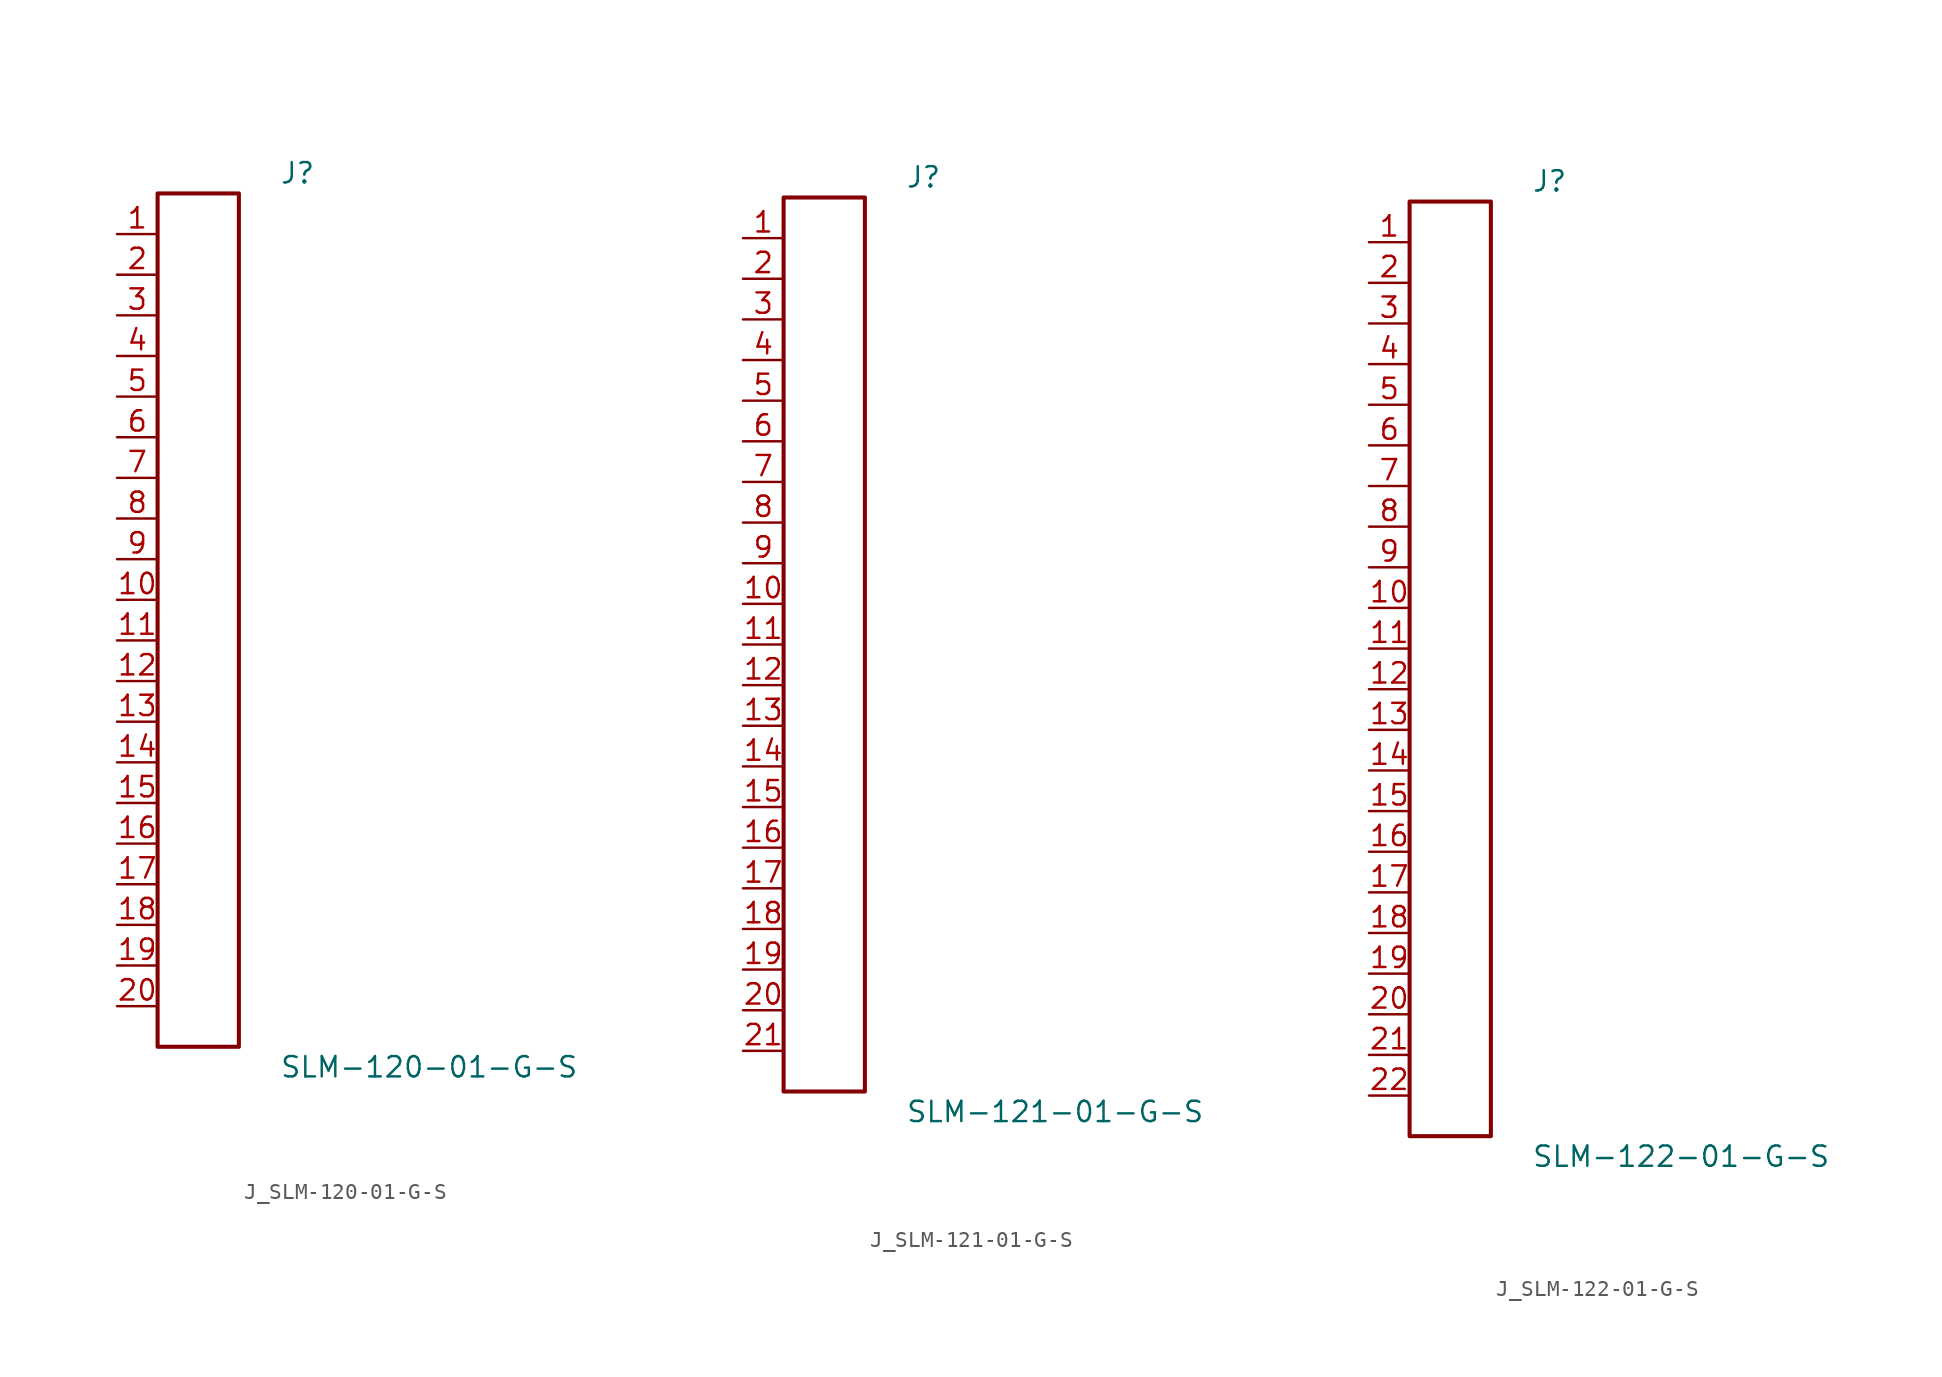
<source format=kicad_sym>
(kicad_symbol_lib
  (version 20231120)
  (generator kicad_symbol_editor)
  (generator_version 8.0)
  (symbol "J_SLM-120-01-G-S"
    (pin_names
      (offset 0.254))
    (property "Reference" "J"
      (at 5.08 27.94 0)
      (effects (font (size 1.27 1.27)) (justify left)))
    (property "Value" "SLM-120-01-G-S"
      (at 5.08 -27.94 0)
      (effects (font (size 1.27 1.27)) (justify left)))
    (symbol "J_SLM-120-01-G-S_0_0"
      (pin passive line (at -5.08 24.13 0) (length 2.54) (name "" (effects (font (size 1.27 1.27)))) (number "1" (effects (font (size 1.27 1.27)))))
      (pin passive line (at -5.08 21.59 0) (length 2.54) (name "" (effects (font (size 1.27 1.27)))) (number "2" (effects (font (size 1.27 1.27)))))
      (pin passive line (at -5.08 19.05 0) (length 2.54) (name "" (effects (font (size 1.27 1.27)))) (number "3" (effects (font (size 1.27 1.27)))))
      (pin passive line (at -5.08 16.51 0) (length 2.54) (name "" (effects (font (size 1.27 1.27)))) (number "4" (effects (font (size 1.27 1.27)))))
      (pin passive line (at -5.08 13.97 0) (length 2.54) (name "" (effects (font (size 1.27 1.27)))) (number "5" (effects (font (size 1.27 1.27)))))
      (pin passive line (at -5.08 11.43 0) (length 2.54) (name "" (effects (font (size 1.27 1.27)))) (number "6" (effects (font (size 1.27 1.27)))))
      (pin passive line (at -5.08 8.89 0) (length 2.54) (name "" (effects (font (size 1.27 1.27)))) (number "7" (effects (font (size 1.27 1.27)))))
      (pin passive line (at -5.08 6.35 0) (length 2.54) (name "" (effects (font (size 1.27 1.27)))) (number "8" (effects (font (size 1.27 1.27)))))
      (pin passive line (at -5.08 3.81 0) (length 2.54) (name "" (effects (font (size 1.27 1.27)))) (number "9" (effects (font (size 1.27 1.27)))))
      (pin passive line (at -5.08 1.27 0) (length 2.54) (name "" (effects (font (size 1.27 1.27)))) (number "10" (effects (font (size 1.27 1.27)))))
      (pin passive line (at -5.08 -1.27 0) (length 2.54) (name "" (effects (font (size 1.27 1.27)))) (number "11" (effects (font (size 1.27 1.27)))))
      (pin passive line (at -5.08 -3.81 0) (length 2.54) (name "" (effects (font (size 1.27 1.27)))) (number "12" (effects (font (size 1.27 1.27)))))
      (pin passive line (at -5.08 -6.35 0) (length 2.54) (name "" (effects (font (size 1.27 1.27)))) (number "13" (effects (font (size 1.27 1.27)))))
      (pin passive line (at -5.08 -8.89 0) (length 2.54) (name "" (effects (font (size 1.27 1.27)))) (number "14" (effects (font (size 1.27 1.27)))))
      (pin passive line (at -5.08 -11.43 0) (length 2.54) (name "" (effects (font (size 1.27 1.27)))) (number "15" (effects (font (size 1.27 1.27)))))
      (pin passive line (at -5.08 -13.97 0) (length 2.54) (name "" (effects (font (size 1.27 1.27)))) (number "16" (effects (font (size 1.27 1.27)))))
      (pin passive line (at -5.08 -16.51 0) (length 2.54) (name "" (effects (font (size 1.27 1.27)))) (number "17" (effects (font (size 1.27 1.27)))))
      (pin passive line (at -5.08 -19.05 0) (length 2.54) (name "" (effects (font (size 1.27 1.27)))) (number "18" (effects (font (size 1.27 1.27)))))
      (pin passive line (at -5.08 -21.59 0) (length 2.54) (name "" (effects (font (size 1.27 1.27)))) (number "19" (effects (font (size 1.27 1.27)))))
      (pin passive line (at -5.08 -24.13 0) (length 2.54) (name "" (effects (font (size 1.27 1.27)))) (number "20" (effects (font (size 1.27 1.27))))))
    (symbol "J_SLM-120-01-G-S_1_0"
      (rectangle (start -2.54 26.67) (end 2.54 -26.67) (stroke (width 0.254) (type solid)) (fill (type none)))))
  (symbol "J_SLM-121-01-G-S"
    (pin_names
      (offset 0.254))
    (property "Reference" "J"
      (at 5.08 29.21 0)
      (effects (font (size 1.27 1.27)) (justify left)))
    (property "Value" "SLM-121-01-G-S"
      (at 5.08 -29.21 0)
      (effects (font (size 1.27 1.27)) (justify left)))
    (symbol "J_SLM-121-01-G-S_0_0"
      (pin passive line (at -5.08 25.4 0) (length 2.54) (name "" (effects (font (size 1.27 1.27)))) (number "1" (effects (font (size 1.27 1.27)))))
      (pin passive line (at -5.08 22.86 0) (length 2.54) (name "" (effects (font (size 1.27 1.27)))) (number "2" (effects (font (size 1.27 1.27)))))
      (pin passive line (at -5.08 20.32 0) (length 2.54) (name "" (effects (font (size 1.27 1.27)))) (number "3" (effects (font (size 1.27 1.27)))))
      (pin passive line (at -5.08 17.78 0) (length 2.54) (name "" (effects (font (size 1.27 1.27)))) (number "4" (effects (font (size 1.27 1.27)))))
      (pin passive line (at -5.08 15.24 0) (length 2.54) (name "" (effects (font (size 1.27 1.27)))) (number "5" (effects (font (size 1.27 1.27)))))
      (pin passive line (at -5.08 12.7 0) (length 2.54) (name "" (effects (font (size 1.27 1.27)))) (number "6" (effects (font (size 1.27 1.27)))))
      (pin passive line (at -5.08 10.16 0) (length 2.54) (name "" (effects (font (size 1.27 1.27)))) (number "7" (effects (font (size 1.27 1.27)))))
      (pin passive line (at -5.08 7.62 0) (length 2.54) (name "" (effects (font (size 1.27 1.27)))) (number "8" (effects (font (size 1.27 1.27)))))
      (pin passive line (at -5.08 5.08 0) (length 2.54) (name "" (effects (font (size 1.27 1.27)))) (number "9" (effects (font (size 1.27 1.27)))))
      (pin passive line (at -5.08 2.54 0) (length 2.54) (name "" (effects (font (size 1.27 1.27)))) (number "10" (effects (font (size 1.27 1.27)))))
      (pin passive line (at -5.08 0.0 0) (length 2.54) (name "" (effects (font (size 1.27 1.27)))) (number "11" (effects (font (size 1.27 1.27)))))
      (pin passive line (at -5.08 -2.54 0) (length 2.54) (name "" (effects (font (size 1.27 1.27)))) (number "12" (effects (font (size 1.27 1.27)))))
      (pin passive line (at -5.08 -5.08 0) (length 2.54) (name "" (effects (font (size 1.27 1.27)))) (number "13" (effects (font (size 1.27 1.27)))))
      (pin passive line (at -5.08 -7.62 0) (length 2.54) (name "" (effects (font (size 1.27 1.27)))) (number "14" (effects (font (size 1.27 1.27)))))
      (pin passive line (at -5.08 -10.16 0) (length 2.54) (name "" (effects (font (size 1.27 1.27)))) (number "15" (effects (font (size 1.27 1.27)))))
      (pin passive line (at -5.08 -12.7 0) (length 2.54) (name "" (effects (font (size 1.27 1.27)))) (number "16" (effects (font (size 1.27 1.27)))))
      (pin passive line (at -5.08 -15.24 0) (length 2.54) (name "" (effects (font (size 1.27 1.27)))) (number "17" (effects (font (size 1.27 1.27)))))
      (pin passive line (at -5.08 -17.78 0) (length 2.54) (name "" (effects (font (size 1.27 1.27)))) (number "18" (effects (font (size 1.27 1.27)))))
      (pin passive line (at -5.08 -20.32 0) (length 2.54) (name "" (effects (font (size 1.27 1.27)))) (number "19" (effects (font (size 1.27 1.27)))))
      (pin passive line (at -5.08 -22.86 0) (length 2.54) (name "" (effects (font (size 1.27 1.27)))) (number "20" (effects (font (size 1.27 1.27)))))
      (pin passive line (at -5.08 -25.4 0) (length 2.54) (name "" (effects (font (size 1.27 1.27)))) (number "21" (effects (font (size 1.27 1.27))))))
    (symbol "J_SLM-121-01-G-S_1_0"
      (rectangle (start -2.54 27.94) (end 2.54 -27.94) (stroke (width 0.254) (type solid)) (fill (type none)))))
  (symbol "J_SLM-122-01-G-S"
    (pin_names
      (offset 0.254))
    (property "Reference" "J"
      (at 5.08 30.48 0)
      (effects (font (size 1.27 1.27)) (justify left)))
    (property "Value" "SLM-122-01-G-S"
      (at 5.08 -30.48 0)
      (effects (font (size 1.27 1.27)) (justify left)))
    (symbol "J_SLM-122-01-G-S_0_0"
      (pin passive line (at -5.08 26.67 0) (length 2.54) (name "" (effects (font (size 1.27 1.27)))) (number "1" (effects (font (size 1.27 1.27)))))
      (pin passive line (at -5.08 24.13 0) (length 2.54) (name "" (effects (font (size 1.27 1.27)))) (number "2" (effects (font (size 1.27 1.27)))))
      (pin passive line (at -5.08 21.59 0) (length 2.54) (name "" (effects (font (size 1.27 1.27)))) (number "3" (effects (font (size 1.27 1.27)))))
      (pin passive line (at -5.08 19.05 0) (length 2.54) (name "" (effects (font (size 1.27 1.27)))) (number "4" (effects (font (size 1.27 1.27)))))
      (pin passive line (at -5.08 16.51 0) (length 2.54) (name "" (effects (font (size 1.27 1.27)))) (number "5" (effects (font (size 1.27 1.27)))))
      (pin passive line (at -5.08 13.97 0) (length 2.54) (name "" (effects (font (size 1.27 1.27)))) (number "6" (effects (font (size 1.27 1.27)))))
      (pin passive line (at -5.08 11.43 0) (length 2.54) (name "" (effects (font (size 1.27 1.27)))) (number "7" (effects (font (size 1.27 1.27)))))
      (pin passive line (at -5.08 8.89 0) (length 2.54) (name "" (effects (font (size 1.27 1.27)))) (number "8" (effects (font (size 1.27 1.27)))))
      (pin passive line (at -5.08 6.35 0) (length 2.54) (name "" (effects (font (size 1.27 1.27)))) (number "9" (effects (font (size 1.27 1.27)))))
      (pin passive line (at -5.08 3.81 0) (length 2.54) (name "" (effects (font (size 1.27 1.27)))) (number "10" (effects (font (size 1.27 1.27)))))
      (pin passive line (at -5.08 1.27 0) (length 2.54) (name "" (effects (font (size 1.27 1.27)))) (number "11" (effects (font (size 1.27 1.27)))))
      (pin passive line (at -5.08 -1.27 0) (length 2.54) (name "" (effects (font (size 1.27 1.27)))) (number "12" (effects (font (size 1.27 1.27)))))
      (pin passive line (at -5.08 -3.81 0) (length 2.54) (name "" (effects (font (size 1.27 1.27)))) (number "13" (effects (font (size 1.27 1.27)))))
      (pin passive line (at -5.08 -6.35 0) (length 2.54) (name "" (effects (font (size 1.27 1.27)))) (number "14" (effects (font (size 1.27 1.27)))))
      (pin passive line (at -5.08 -8.89 0) (length 2.54) (name "" (effects (font (size 1.27 1.27)))) (number "15" (effects (font (size 1.27 1.27)))))
      (pin passive line (at -5.08 -11.43 0) (length 2.54) (name "" (effects (font (size 1.27 1.27)))) (number "16" (effects (font (size 1.27 1.27)))))
      (pin passive line (at -5.08 -13.97 0) (length 2.54) (name "" (effects (font (size 1.27 1.27)))) (number "17" (effects (font (size 1.27 1.27)))))
      (pin passive line (at -5.08 -16.51 0) (length 2.54) (name "" (effects (font (size 1.27 1.27)))) (number "18" (effects (font (size 1.27 1.27)))))
      (pin passive line (at -5.08 -19.05 0) (length 2.54) (name "" (effects (font (size 1.27 1.27)))) (number "19" (effects (font (size 1.27 1.27)))))
      (pin passive line (at -5.08 -21.59 0) (length 2.54) (name "" (effects (font (size 1.27 1.27)))) (number "20" (effects (font (size 1.27 1.27)))))
      (pin passive line (at -5.08 -24.13 0) (length 2.54) (name "" (effects (font (size 1.27 1.27)))) (number "21" (effects (font (size 1.27 1.27)))))
      (pin passive line (at -5.08 -26.67 0) (length 2.54) (name "" (effects (font (size 1.27 1.27)))) (number "22" (effects (font (size 1.27 1.27))))))
    (symbol "J_SLM-122-01-G-S_1_0"
      (rectangle (start -2.54 29.21) (end 2.54 -29.21) (stroke (width 0.254) (type solid)) (fill (type none))))))
</source>
